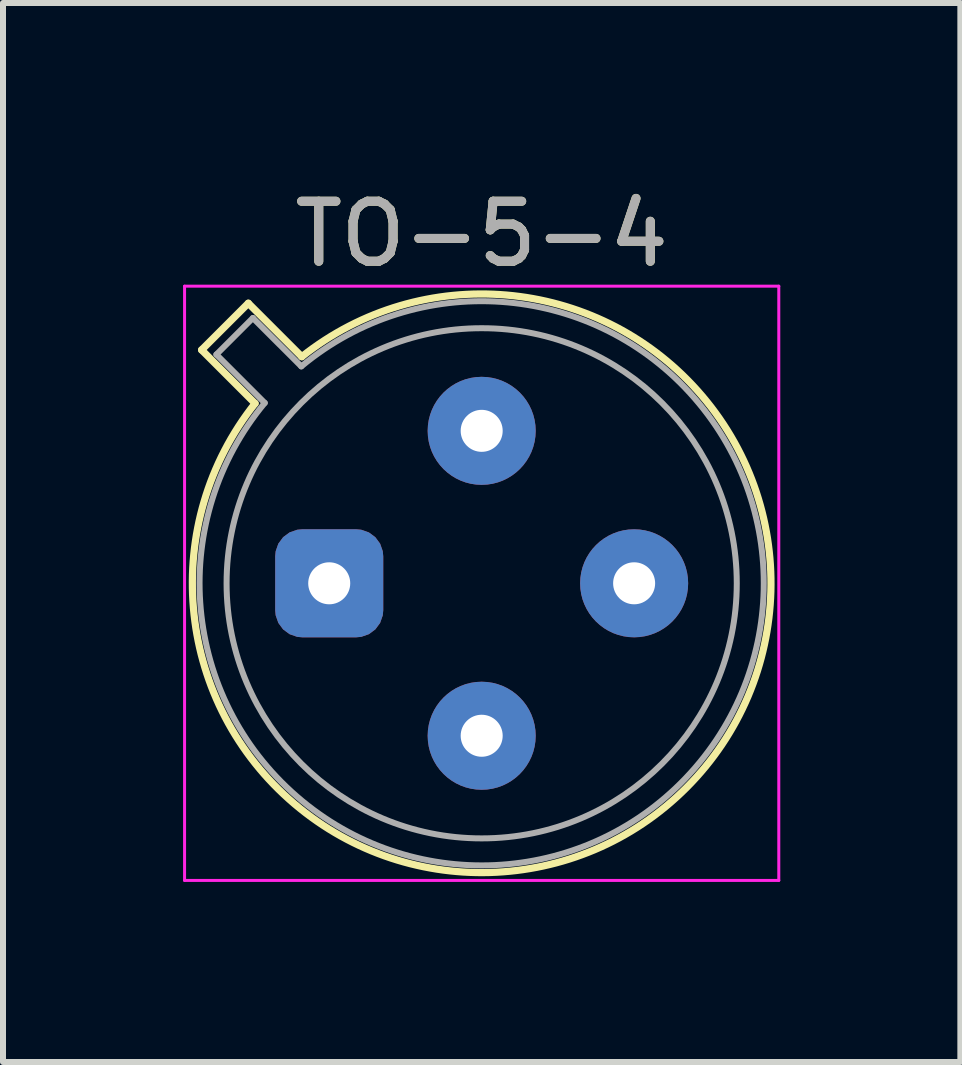
<source format=kicad_pcb>
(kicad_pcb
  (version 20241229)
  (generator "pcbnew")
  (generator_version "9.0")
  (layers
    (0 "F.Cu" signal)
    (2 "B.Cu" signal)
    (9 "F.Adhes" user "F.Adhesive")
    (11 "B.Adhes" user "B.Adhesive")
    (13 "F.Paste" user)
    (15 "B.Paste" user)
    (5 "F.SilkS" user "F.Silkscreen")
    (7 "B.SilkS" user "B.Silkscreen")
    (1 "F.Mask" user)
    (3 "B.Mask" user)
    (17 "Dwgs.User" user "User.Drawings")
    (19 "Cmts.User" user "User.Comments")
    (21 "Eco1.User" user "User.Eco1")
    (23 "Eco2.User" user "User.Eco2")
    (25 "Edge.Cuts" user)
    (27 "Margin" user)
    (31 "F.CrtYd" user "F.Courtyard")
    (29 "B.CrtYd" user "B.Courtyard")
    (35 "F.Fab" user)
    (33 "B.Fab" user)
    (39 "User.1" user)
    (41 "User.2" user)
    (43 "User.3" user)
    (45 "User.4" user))
  (footprint "TO-5-4"
    (layer "F.Cu")
    (at 2.435 6.668)
    (property "Reference" "TO-5-4" (at 2.54 -5.82 0) (layer "F.SilkS") (effects (font (size 1 1) (thickness 0.15))))
    (attr through_hole)
    (fp_line (start -2.126 -3.888) (end -1.235 -2.997) (stroke (width 0.12) (type solid)) (layer "F.SilkS"))
    (fp_line (start -1.348 -4.666) (end -2.126 -3.888) (stroke (width 0.12) (type solid)) (layer "F.SilkS"))
    (fp_line (start -0.457 -3.775) (end -1.348 -4.666) (stroke (width 0.12) (type solid)) (layer "F.SilkS"))
    (fp_arc (start -0.457084 -3.774902) (mid 5.948125 3.408384) (end -1.234674 -2.997371) (stroke (width 0.12) (type solid)) (layer "F.SilkS"))
    (fp_line (start -2.41 -4.95) (end -2.41 4.95) (stroke (width 0.05) (type solid)) (layer "F.CrtYd"))
    (fp_line (start -2.41 4.95) (end 7.49 4.95) (stroke (width 0.05) (type solid)) (layer "F.CrtYd"))
    (fp_line (start 7.49 -4.95) (end -2.41 -4.95) (stroke (width 0.05) (type solid)) (layer "F.CrtYd"))
    (fp_line (start 7.49 4.95) (end 7.49 -4.95) (stroke (width 0.05) (type solid)) (layer "F.CrtYd"))
    (fp_line (start -1.88 -3.812) (end -1.074 -3.005) (stroke (width 0.1) (type solid)) (layer "F.Fab"))
    (fp_line (start -1.272 -4.42) (end -1.88 -3.812) (stroke (width 0.1) (type solid)) (layer "F.Fab"))
    (fp_line (start -0.465 -3.614) (end -1.272 -4.42) (stroke (width 0.1) (type solid)) (layer "F.Fab"))
    (fp_arc (start -0.465408 -3.61352) (mid 5.863443 3.323361) (end -1.073594 -3.005319) (stroke (width 0.1) (type solid)) (layer "F.Fab"))
    (fp_circle (center 2.54 0) (end 6.79 0) (stroke (width 0.1) (type solid)) (fill no) (layer "F.Fab"))
    (fp_text user "${REFERENCE}" (at 2.54 -5.82 0) (layer "F.Fab") (effects (font (size 1 1) (thickness 0.15))))
    (pad "1" thru_hole roundrect (at 0 0) (size 1.8 1.8) (drill 0.7) (layers "*.Cu" "*.Mask") (roundrect_rratio 0.25))
    (pad "2" thru_hole oval (at 2.54 2.54) (size 1.8 1.8) (drill 0.7) (layers "*.Cu" "*.Mask"))
    (pad "3" thru_hole oval (at 5.08 0) (size 1.8 1.8) (drill 0.7) (layers "*.Cu" "*.Mask"))
    (pad "4" thru_hole oval (at 2.54 -2.54) (size 1.8 1.8) (drill 0.7) (layers "*.Cu" "*.Mask")))
  (gr_rect
    (start -3 -3)
    (end 12.95 14.643)
    (stroke (width 0.1) (type default))
    (fill no)
    (layer "Edge.Cuts")))
</source>
